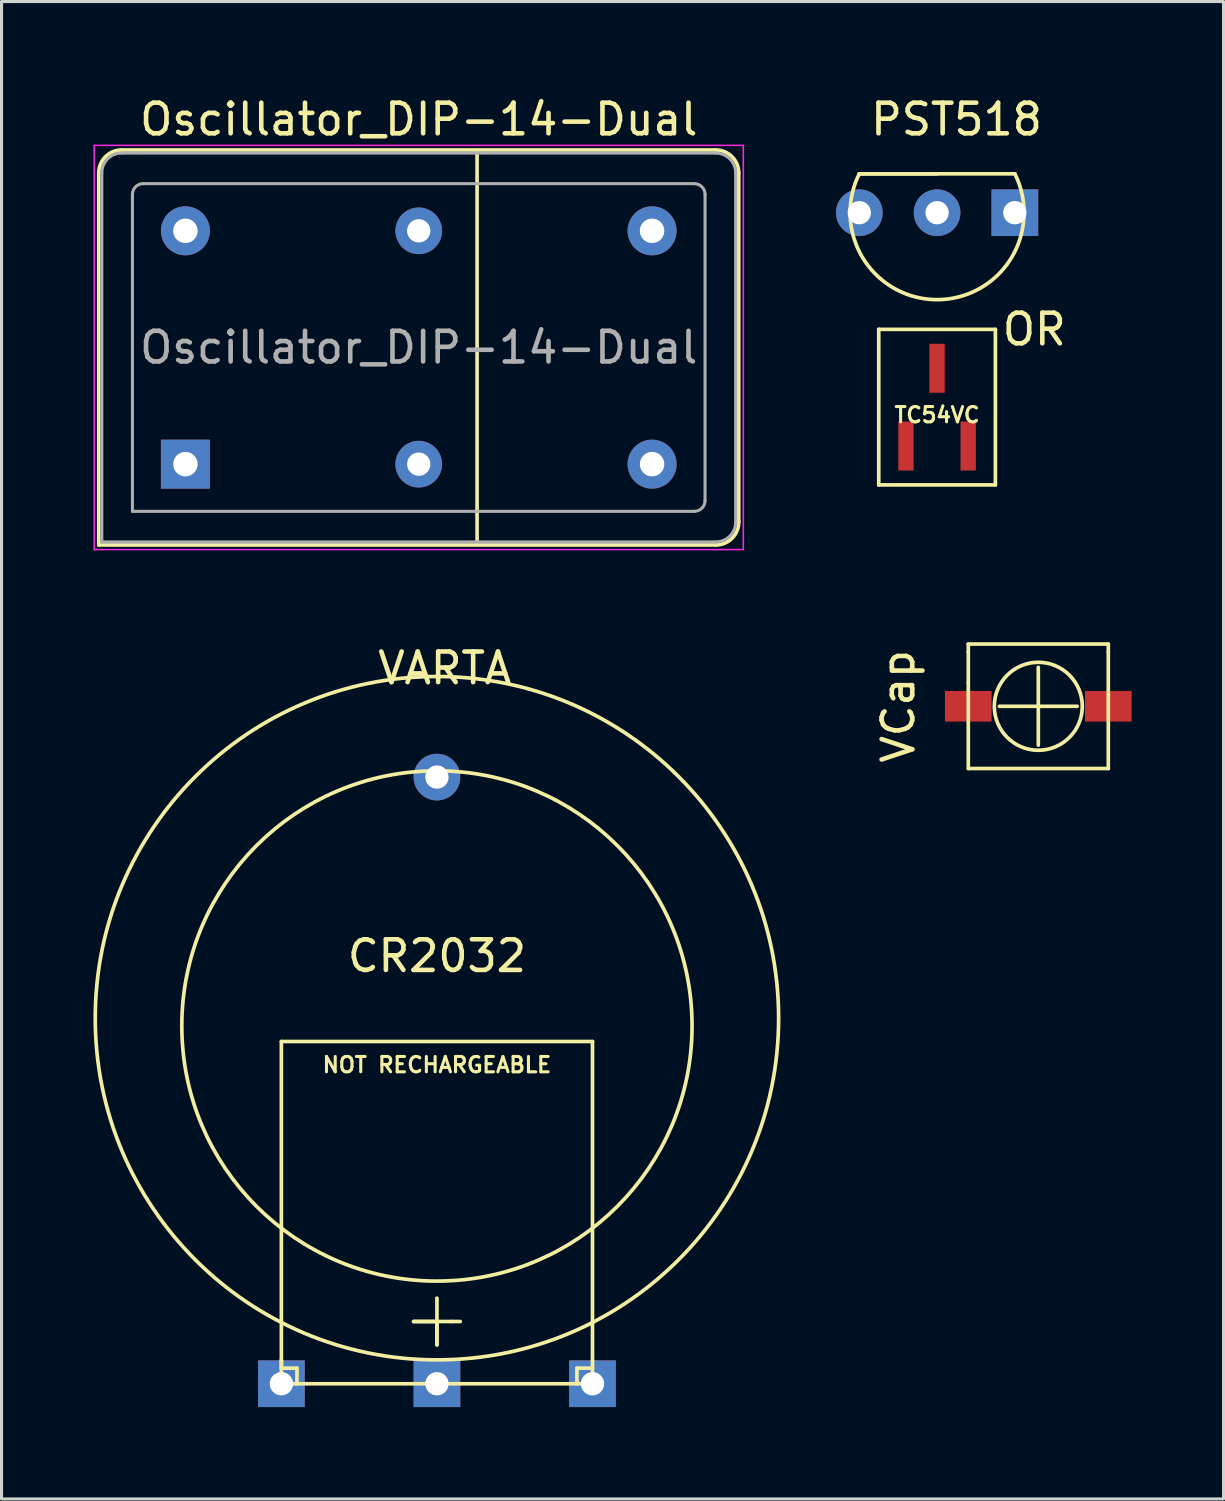
<source format=kicad_pcb>
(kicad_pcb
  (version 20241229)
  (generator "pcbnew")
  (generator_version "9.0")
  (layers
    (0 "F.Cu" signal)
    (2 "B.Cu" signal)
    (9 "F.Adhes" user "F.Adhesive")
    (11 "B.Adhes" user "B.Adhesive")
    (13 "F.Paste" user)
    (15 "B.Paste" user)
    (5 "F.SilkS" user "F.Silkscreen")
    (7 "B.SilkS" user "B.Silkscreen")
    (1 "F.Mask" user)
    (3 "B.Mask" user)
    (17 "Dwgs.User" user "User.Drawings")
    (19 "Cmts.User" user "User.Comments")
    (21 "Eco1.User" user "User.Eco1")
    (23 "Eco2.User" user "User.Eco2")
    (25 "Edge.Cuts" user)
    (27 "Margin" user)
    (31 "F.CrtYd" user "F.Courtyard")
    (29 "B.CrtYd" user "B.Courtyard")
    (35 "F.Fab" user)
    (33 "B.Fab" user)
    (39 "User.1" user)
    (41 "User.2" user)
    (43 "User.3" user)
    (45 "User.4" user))
  (footprint "VARTA"
    (layer "F.Cu")
    (at 11.219 32.487)
    (property "Reference" "VARTA" (at 0.254 -13.716 0) (layer "F.SilkS") (effects (font (size 1 1) (thickness 0.15))))
    (attr through_hole)
    (fp_line (start -5.08 -1.524) (end 5.08 -1.524) (stroke (width 0.12) (type solid)) (layer "F.SilkS"))
    (fp_line (start -5.08 8.89) (end -5.08 -1.524) (stroke (width 0.12) (type solid)) (layer "F.SilkS"))
    (fp_line (start -5.08 8.89) (end -5.08 9.144) (stroke (width 0.12) (type solid)) (layer "F.SilkS"))
    (fp_line (start -5.08 9.144) (end -4.572 9.144) (stroke (width 0.12) (type solid)) (layer "F.SilkS"))
    (fp_line (start -5.08 9.652) (end -5.08 8.89) (stroke (width 0.12) (type solid)) (layer "F.SilkS"))
    (fp_line (start -4.572 9.144) (end -4.572 9.652) (stroke (width 0.12) (type solid)) (layer "F.SilkS"))
    (fp_line (start -0.762 7.62) (end 0.508 7.62) (stroke (width 0.12) (type solid)) (layer "F.SilkS"))
    (fp_line (start 0 6.858) (end 0 8.382) (stroke (width 0.12) (type solid)) (layer "F.SilkS"))
    (fp_line (start 0 7.62) (end -0.762 7.62) (stroke (width 0.12) (type solid)) (layer "F.SilkS"))
    (fp_line (start 0 8.382) (end 0 7.62) (stroke (width 0.12) (type solid)) (layer "F.SilkS"))
    (fp_line (start 0.508 7.62) (end 0.762 7.62) (stroke (width 0.12) (type solid)) (layer "F.SilkS"))
    (fp_line (start 4.572 9.144) (end 4.572 9.652) (stroke (width 0.12) (type solid)) (layer "F.SilkS"))
    (fp_line (start 5.08 8.89) (end 5.08 -1.524) (stroke (width 0.12) (type solid)) (layer "F.SilkS"))
    (fp_line (start 5.08 8.89) (end 5.08 9.652) (stroke (width 0.12) (type solid)) (layer "F.SilkS"))
    (fp_line (start 5.08 9.144) (end 4.572 9.144) (stroke (width 0.12) (type solid)) (layer "F.SilkS"))
    (fp_line (start 5.08 9.652) (end -5.08 9.652) (stroke (width 0.12) (type solid)) (layer "F.SilkS"))
    (fp_circle (center 0 -2.286) (end 7.366 6.096) (stroke (width 0.12) (type solid)) (fill no) (layer "F.SilkS"))
    (fp_circle (center 0 -2.032) (end 6.604 3.048) (stroke (width 0.12) (type solid)) (fill no) (layer "F.SilkS"))
    (fp_text user "NOT RECHARGEABLE" (at 0 -0.762 0) (layer "F.SilkS") (effects (font (size 0.5 0.5) (thickness 0.1))))
    (fp_text user "CR2032" (at 0 -4.318 0) (layer "F.SilkS") (effects (font (size 1 1) (thickness 0.15))))
    (pad "1" thru_hole rect (at -5.08 9.652) (size 1.524 1.524) (drill 0.762) (layers "*.Cu" "*.Mask"))
    (pad "1" thru_hole rect (at 5.08 9.652) (size 1.524 1.524) (drill 0.762) (layers "*.Cu" "*.Mask"))
    (pad "2" thru_hole rect (at 0 9.652) (size 1.524 1.524) (drill 0.762) (layers "*.Cu" "*.Mask"))
    (pad "3" thru_hole circle (at 0 -10.16) (size 1.524 1.524) (drill 0.762) (layers "*.Cu" "*.Mask")))
  (footprint "VCap"
    (layer "F.Cu")
    (at 30.858 20.269)
    (property "Reference" "VCap" (at -4.572 -0.254 270) (layer "F.SilkS") (effects (font (size 1 1) (thickness 0.15))))
    (attr through_hole)
    (fp_line (start -2.286 -2.032) (end -2.286 -2.286) (stroke (width 0.12) (type solid)) (layer "F.SilkS"))
    (fp_line (start -2.286 -2.032) (end -2.286 -1.016) (stroke (width 0.12) (type solid)) (layer "F.SilkS"))
    (fp_line (start -2.286 1.778) (end -2.286 -1.016) (stroke (width 0.12) (type solid)) (layer "F.SilkS"))
    (fp_line (start 0 -1.524) (end 0 1.016) (stroke (width 0.12) (type solid)) (layer "F.SilkS"))
    (fp_line (start 1.27 -0.254) (end -1.27 -0.254) (stroke (width 0.12) (type solid)) (layer "F.SilkS"))
    (fp_line (start 2.286 -2.286) (end -2.286 -2.286) (stroke (width 0.12) (type solid)) (layer "F.SilkS"))
    (fp_line (start 2.286 -2.032) (end 2.286 -2.286) (stroke (width 0.12) (type solid)) (layer "F.SilkS"))
    (fp_line (start 2.286 -2.032) (end 2.286 1.778) (stroke (width 0.12) (type solid)) (layer "F.SilkS"))
    (fp_line (start 2.286 1.778) (end -2.286 1.778) (stroke (width 0.12) (type solid)) (layer "F.SilkS"))
    (fp_circle (center 0 -0.254) (end 1.016 0.762) (stroke (width 0.12) (type solid)) (fill no) (layer "F.SilkS"))
    (pad "1" smd rect (at -2.286 -0.254 90) (size 1 1.524) (layers "F.Cu" "F.Mask" "F.Paste"))
    (pad "2" smd rect (at 2.286 -0.254 90) (size 1 1.524) (layers "F.Cu" "F.Mask" "F.Paste")))
  (footprint "Oscillator_DIP-14-Dual"
    (layer "F.Cu")
    (at 3.005 12.108)
    (property "Reference" "Oscillator_DIP-14-Dual" (at 7.62 -11.26 0) (layer "F.SilkS") (effects (font (size 1 1) (thickness 0.15))))
    (attr through_hole)
    (fp_line (start -2.83 -9.51) (end -2.83 2.64) (stroke (width 0.12) (type solid)) (layer "F.SilkS"))
    (fp_line (start -2.83 2.64) (end 17.32 2.64) (stroke (width 0.12) (type solid)) (layer "F.SilkS"))
    (fp_line (start 9.525 -10.16) (end 9.525 2.54) (stroke (width 0.12) (type solid)) (layer "F.SilkS"))
    (fp_line (start 17.32 -10.26) (end -2.08 -10.26) (stroke (width 0.12) (type solid)) (layer "F.SilkS"))
    (fp_line (start 18.07 1.89) (end 18.07 -9.51) (stroke (width 0.12) (type solid)) (layer "F.SilkS"))
    (fp_arc (start -2.83 -9.51) (mid -2.61033 -10.04033) (end -2.08 -10.26) (stroke (width 0.12) (type solid)) (layer "F.SilkS"))
    (fp_arc (start 17.32 -10.26) (mid 17.85033 -10.04033) (end 18.07 -9.51) (stroke (width 0.12) (type solid)) (layer "F.SilkS"))
    (fp_arc (start 18.07 1.89) (mid 17.85033 2.42033) (end 17.32 2.64) (stroke (width 0.12) (type solid)) (layer "F.SilkS"))
    (fp_line (start -2.98 -10.41) (end -2.98 2.79) (stroke (width 0.05) (type solid)) (layer "F.CrtYd"))
    (fp_line (start -2.98 2.79) (end 18.22 2.79) (stroke (width 0.05) (type solid)) (layer "F.CrtYd"))
    (fp_line (start 18.22 -10.41) (end -2.98 -10.41) (stroke (width 0.05) (type solid)) (layer "F.CrtYd"))
    (fp_line (start 18.22 2.79) (end 18.22 -10.41) (stroke (width 0.05) (type solid)) (layer "F.CrtYd"))
    (fp_line (start -2.73 2.54) (end -2.73 -9.51) (stroke (width 0.1) (type solid)) (layer "F.Fab"))
    (fp_line (start -2.73 2.54) (end 17.32 2.54) (stroke (width 0.1) (type solid)) (layer "F.Fab"))
    (fp_line (start -2.08 -10.16) (end 17.32 -10.16) (stroke (width 0.1) (type solid)) (layer "F.Fab"))
    (fp_line (start -1.73 1.54) (end -1.73 -8.81) (stroke (width 0.1) (type solid)) (layer "F.Fab"))
    (fp_line (start -1.73 1.54) (end 16.62 1.54) (stroke (width 0.1) (type solid)) (layer "F.Fab"))
    (fp_line (start -1.38 -9.16) (end 16.62 -9.16) (stroke (width 0.1) (type solid)) (layer "F.Fab"))
    (fp_line (start 16.97 1.19) (end 16.97 -8.81) (stroke (width 0.1) (type solid)) (layer "F.Fab"))
    (fp_line (start 17.97 -9.51) (end 17.97 1.89) (stroke (width 0.1) (type solid)) (layer "F.Fab"))
    (fp_arc (start -2.73 -9.51) (mid -2.539619 -9.969619) (end -2.08 -10.16) (stroke (width 0.1) (type solid)) (layer "F.Fab"))
    (fp_arc (start -1.73 -8.81) (mid -1.627487 -9.057487) (end -1.38 -9.16) (stroke (width 0.1) (type solid)) (layer "F.Fab"))
    (fp_arc (start 16.62 -9.16) (mid 16.867487 -9.057487) (end 16.97 -8.81) (stroke (width 0.1) (type solid)) (layer "F.Fab"))
    (fp_arc (start 16.97 1.19) (mid 16.867487 1.437487) (end 16.62 1.54) (stroke (width 0.1) (type solid)) (layer "F.Fab"))
    (fp_arc (start 17.32 -10.16) (mid 17.779619 -9.969619) (end 17.97 -9.51) (stroke (width 0.1) (type solid)) (layer "F.Fab"))
    (fp_arc (start 17.97 1.89) (mid 17.779619 2.349619) (end 17.32 2.54) (stroke (width 0.1) (type solid)) (layer "F.Fab"))
    (fp_text user "${REFERENCE}" (at 7.62 -3.81 0) (layer "F.Fab") (effects (font (size 1 1) (thickness 0.15))))
    (pad "1" thru_hole rect (at 0 0) (size 1.6 1.6) (drill 0.8) (layers "*.Cu" "*.Mask"))
    (pad "7" thru_hole circle (at 7.62 0) (size 1.524 1.524) (drill 0.762) (layers "*.Cu" "*.Mask"))
    (pad "7" thru_hole circle (at 15.24 0) (size 1.6 1.6) (drill 0.8) (layers "*.Cu" "*.Mask"))
    (pad "8" thru_hole circle (at 7.62 -7.62) (size 1.524 1.524) (drill 0.762) (layers "*.Cu" "*.Mask"))
    (pad "8" thru_hole circle (at 15.24 -7.62) (size 1.6 1.6) (drill 0.8) (layers "*.Cu" "*.Mask"))
    (pad "14" thru_hole circle (at 0 -7.62) (size 1.6 1.6) (drill 0.8) (layers "*.Cu" "*.Mask")))
  (footprint "PST518"
    (layer "F.Cu")
    (at 27.552 3.896)
    (property "Reference" "PST518" (at 0.635 -3.048 0) (layer "F.SilkS") (effects (font (size 1 1) (thickness 0.15))))
    (attr through_hole)
    (fp_line (start -2.54 -1.27) (end 2.54 -1.27) (stroke (width 0.12) (type solid)) (layer "F.SilkS"))
    (fp_line (start -1.905 3.81) (end -1.905 8.89) (stroke (width 0.12) (type solid)) (layer "F.SilkS"))
    (fp_line (start -1.905 8.89) (end 1.905 8.89) (stroke (width 0.12) (type solid)) (layer "F.SilkS"))
    (fp_line (start 0 -1.27) (end -2.54 -1.27) (stroke (width 0.12) (type solid)) (layer "F.SilkS"))
    (fp_line (start 1.905 3.81) (end -1.905 3.81) (stroke (width 0.12) (type solid)) (layer "F.SilkS"))
    (fp_line (start 1.905 8.89) (end 1.905 3.81) (stroke (width 0.12) (type solid)) (layer "F.SilkS"))
    (fp_arc (start 2.539999 -1.27) (mid 0 2.839805) (end -2.539999 -1.269999) (stroke (width 0.12) (type solid)) (layer "F.SilkS"))
    (fp_text user "OR" (at 3.175 3.81 0) (layer "F.SilkS") (effects (font (size 1 1) (thickness 0.15))))
    (fp_text user "TC54VC" (at 0 6.604 0) (layer "F.SilkS") (effects (font (size 0.5 0.5) (thickness 0.1))))
    (pad "1" smd rect (at 0 5.08) (size 0.5 1.6) (layers "F.Cu" "F.Mask" "F.Paste"))
    (pad "1" thru_hole rect (at 2.54 0) (size 1.524 1.524) (drill 0.762) (layers "*.Cu" "*.Mask"))
    (pad "2" thru_hole circle (at -2.54 0) (size 1.524 1.524) (drill 0.762) (layers "*.Cu" "*.Mask"))
    (pad "2" smd rect (at -1.016 7.62) (size 0.5 1.6) (layers "F.Cu" "F.Mask" "F.Paste"))
    (pad "3" thru_hole circle (at 0 0) (size 1.524 1.524) (drill 0.762) (layers "*.Cu" "*.Mask"))
    (pad "3" smd rect (at 1.016 7.62) (size 0.5 1.6) (layers "F.Cu" "F.Mask" "F.Paste")))
  (gr_rect
    (start -3 -3)
    (end 36.906 45.901)
    (stroke (width 0.1) (type default))
    (fill no)
    (layer "Edge.Cuts")))
</source>
